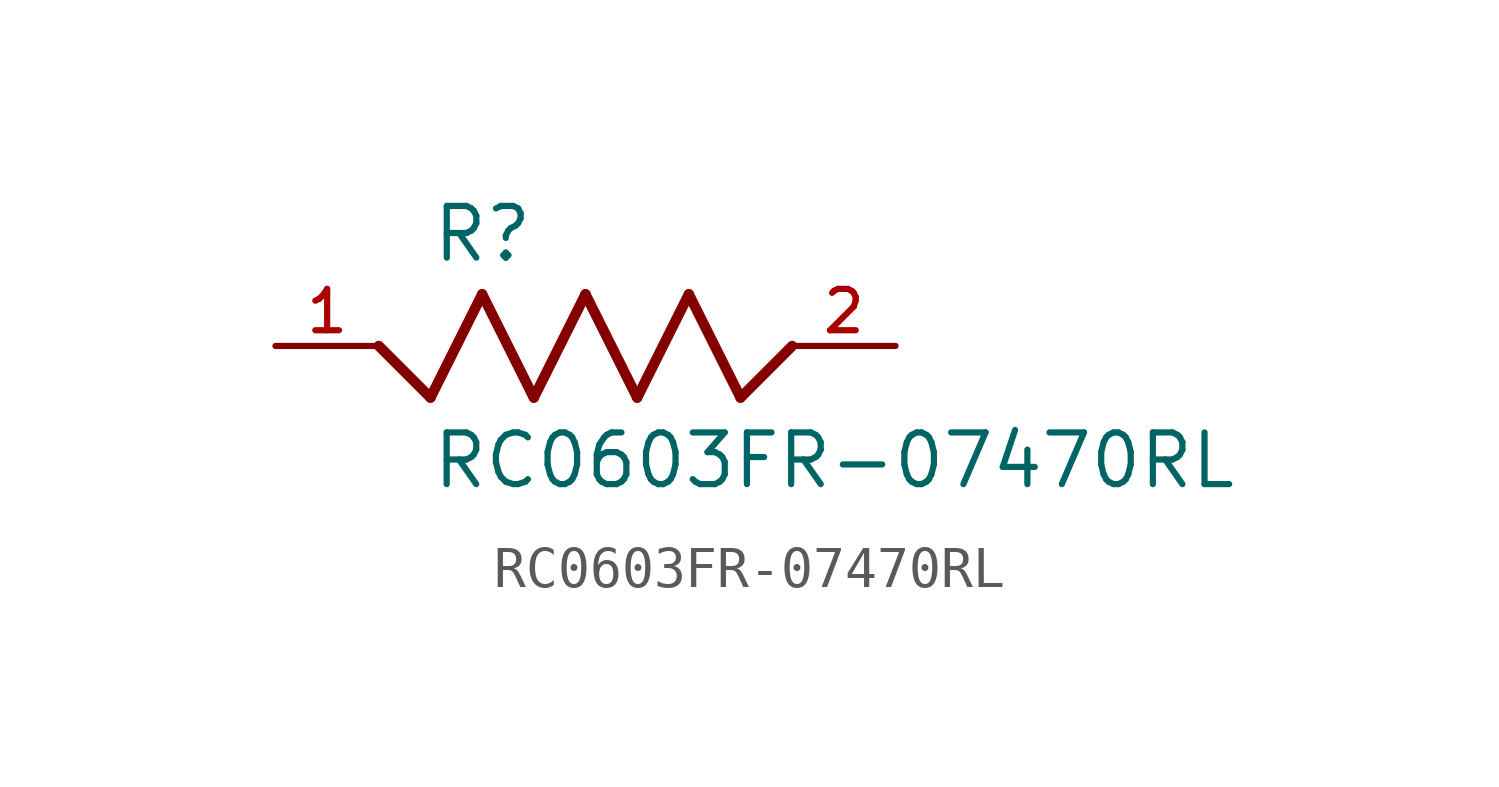
<source format=kicad_sym>
(kicad_symbol_lib
  (version 20211014)
  (generator kicad_symbol_editor)
  (symbol "RC0603FR-07470RL"
    (pin_names
      (offset 1.016))
    (property "Reference" "R"
      (at -3.812 2.008 0)
      (effects (font (size 1.27 1.27)) (justify bottom left)))
    (property "Value" "RC0603FR-07470RL"
      (at -3.814 -3.559 0)
      (effects (font (size 1.27 1.27)) (justify bottom left)))
    (symbol "RC0603FR-07470RL_0_0"
      (polyline (pts (xy -5.08 0.0) (xy -3.81 -1.27)) (stroke (width 0.254)))
      (polyline (pts (xy -3.81 -1.27) (xy -2.54 1.27)) (stroke (width 0.254)))
      (polyline (pts (xy -2.54 1.27) (xy -1.27 -1.27)) (stroke (width 0.254)))
      (polyline (pts (xy -1.27 -1.27) (xy 0.0 1.27)) (stroke (width 0.254)))
      (polyline (pts (xy 0.0 1.27) (xy 1.27 -1.27)) (stroke (width 0.254)))
      (polyline (pts (xy 1.27 -1.27) (xy 2.54 1.27)) (stroke (width 0.254)))
      (polyline (pts (xy 2.54 1.27) (xy 3.81 -1.27)) (stroke (width 0.254)))
      (polyline (pts (xy 3.81 -1.27) (xy 5.08 0.0)) (stroke (width 0.254)))
      (pin passive line (at -7.62 0.0 0) (length 2.54) (name "~" (effects (font (size 1.016 1.016)))) (number "1" (effects (font (size 1.016 1.016)))))
      (pin passive line (at 7.62 0.0 180.0) (length 2.54) (name "~" (effects (font (size 1.016 1.016)))) (number "2" (effects (font (size 1.016 1.016))))))))
</source>
